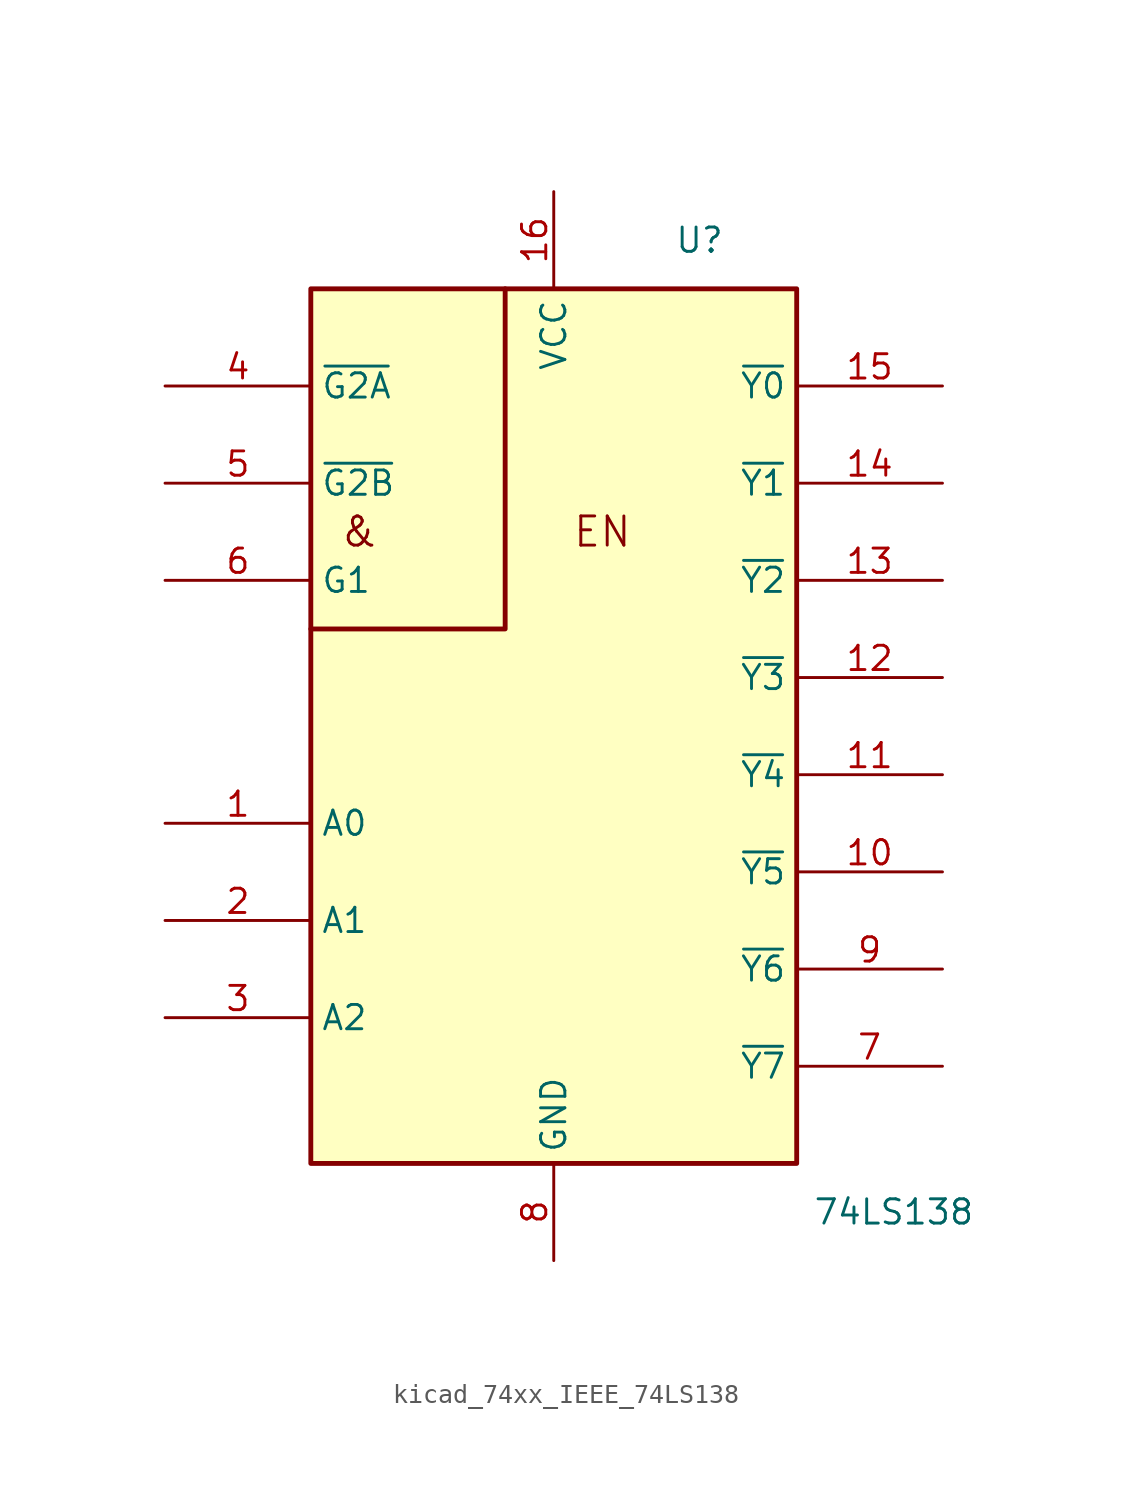
<source format=kicad_sym>
(kicad_symbol_lib
  (version 20220914)
  (generator kicad_symbol_editor)
  (symbol "kicad_74xx_IEEE_74LS138"
    (property "Reference" "U"
      (at 7.62 17.78 0)
      (effects (font (size 1.27 1.27))))
    (property "Value" "74LS138"
      (at 17.78 -33.02 0)
      (effects (font (size 1.27 1.27))))
    (symbol "kicad_74xx_IEEE_74LS138_0_0"
      (polyline (pts (xy -2.54 15.24) (xy -2.54 -2.54) (xy -12.7 -2.54) (xy -12.7 -2.54)) (stroke (width 0.254) (type default)) (fill (type background)))
      (text "&" (at -10.16 2.54 0) (effects (font (size 1.524 1.524))))
      (text "EN" (at 2.54 2.54 0) (effects (font (size 1.524 1.524))))
      (pin power_in line (at 0 20.32 270) (length 5.08) (name "VCC" (effects (font (size 1.27 1.27)))) (number "16" (effects (font (size 1.27 1.27))))))
    (symbol "kicad_74xx_IEEE_74LS138_0_1"
      (rectangle (start -12.7 15.24) (end 12.7 -30.48) (stroke (width 0.254) (type default)) (fill (type background))))
    (symbol "kicad_74xx_IEEE_74LS138_1_1"
      (pin input line (at -20.32 -12.7 0) (length 7.62) (name "A0" (effects (font (size 1.27 1.27)))) (number "1" (effects (font (size 1.27 1.27)))))
      (pin output line (at 20.32 -15.24 180) (length 7.62) (name "~{Y5}" (effects (font (size 1.27 1.27)))) (number "10" (effects (font (size 1.27 1.27)))))
      (pin output line (at 20.32 -10.16 180) (length 7.62) (name "~{Y4}" (effects (font (size 1.27 1.27)))) (number "11" (effects (font (size 1.27 1.27)))))
      (pin output line (at 20.32 -5.08 180) (length 7.62) (name "~{Y3}" (effects (font (size 1.27 1.27)))) (number "12" (effects (font (size 1.27 1.27)))))
      (pin output line (at 20.32 0 180) (length 7.62) (name "~{Y2}" (effects (font (size 1.27 1.27)))) (number "13" (effects (font (size 1.27 1.27)))))
      (pin output line (at 20.32 5.08 180) (length 7.62) (name "~{Y1}" (effects (font (size 1.27 1.27)))) (number "14" (effects (font (size 1.27 1.27)))))
      (pin output line (at 20.32 10.16 180) (length 7.62) (name "~{Y0}" (effects (font (size 1.27 1.27)))) (number "15" (effects (font (size 1.27 1.27)))))
      (pin input line (at -20.32 -17.78 0) (length 7.62) (name "A1" (effects (font (size 1.27 1.27)))) (number "2" (effects (font (size 1.27 1.27)))))
      (pin input line (at -20.32 -22.86 0) (length 7.62) (name "A2" (effects (font (size 1.27 1.27)))) (number "3" (effects (font (size 1.27 1.27)))))
      (pin input line (at -20.32 10.16 0) (length 7.62) (name "~{G2A}" (effects (font (size 1.27 1.27)))) (number "4" (effects (font (size 1.27 1.27)))))
      (pin input line (at -20.32 5.08 0) (length 7.62) (name "~{G2B}" (effects (font (size 1.27 1.27)))) (number "5" (effects (font (size 1.27 1.27)))))
      (pin input line (at -20.32 0 0) (length 7.62) (name "G1" (effects (font (size 1.27 1.27)))) (number "6" (effects (font (size 1.27 1.27)))))
      (pin output line (at 20.32 -25.4 180) (length 7.62) (name "~{Y7}" (effects (font (size 1.27 1.27)))) (number "7" (effects (font (size 1.27 1.27)))))
      (pin power_in line (at 0 -35.56 90) (length 5.08) (name "GND" (effects (font (size 1.27 1.27)))) (number "8" (effects (font (size 1.27 1.27)))))
      (pin output line (at 20.32 -20.32 180) (length 7.62) (name "~{Y6}" (effects (font (size 1.27 1.27)))) (number "9" (effects (font (size 1.27 1.27))))))))
</source>
